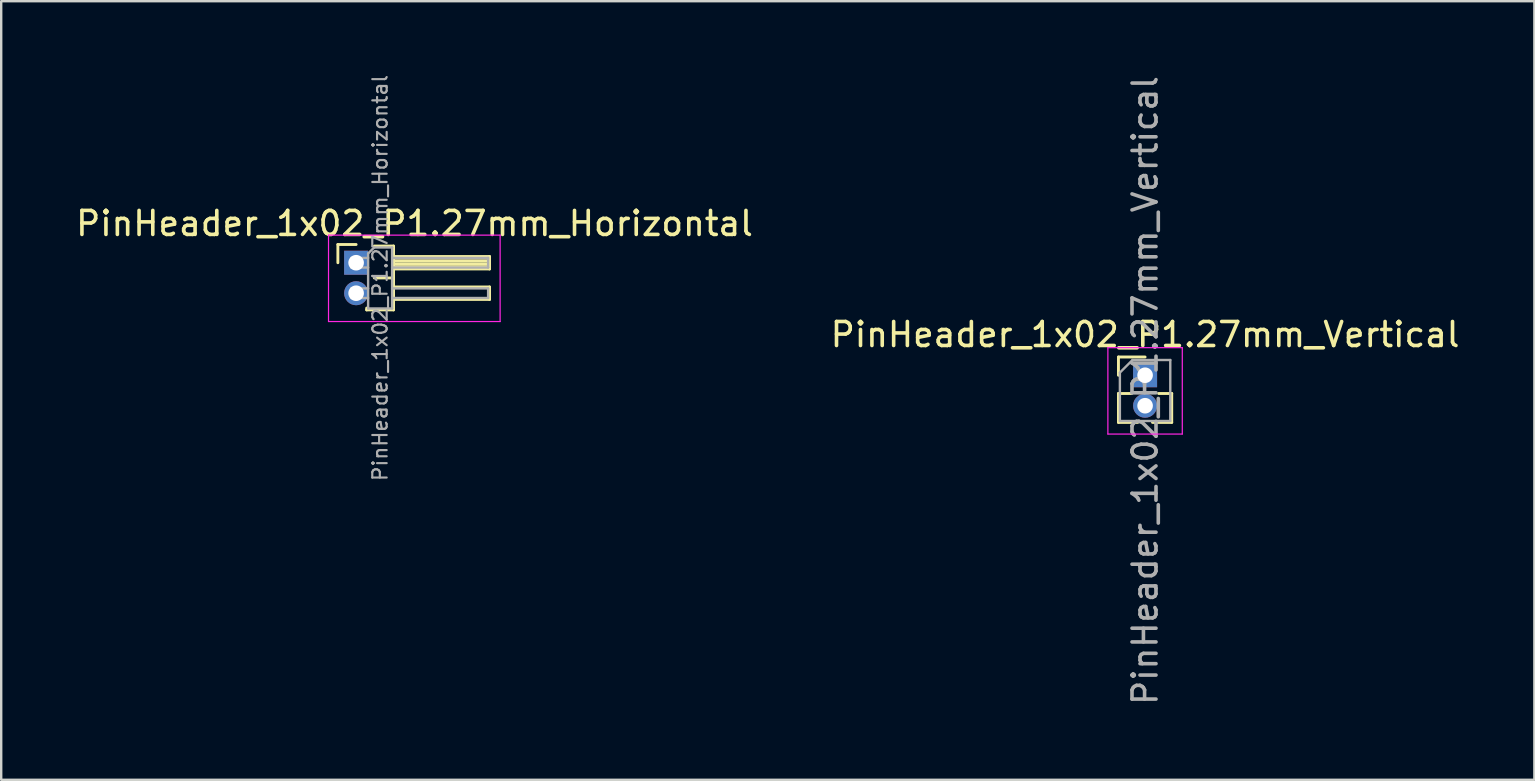
<source format=kicad_pcb>
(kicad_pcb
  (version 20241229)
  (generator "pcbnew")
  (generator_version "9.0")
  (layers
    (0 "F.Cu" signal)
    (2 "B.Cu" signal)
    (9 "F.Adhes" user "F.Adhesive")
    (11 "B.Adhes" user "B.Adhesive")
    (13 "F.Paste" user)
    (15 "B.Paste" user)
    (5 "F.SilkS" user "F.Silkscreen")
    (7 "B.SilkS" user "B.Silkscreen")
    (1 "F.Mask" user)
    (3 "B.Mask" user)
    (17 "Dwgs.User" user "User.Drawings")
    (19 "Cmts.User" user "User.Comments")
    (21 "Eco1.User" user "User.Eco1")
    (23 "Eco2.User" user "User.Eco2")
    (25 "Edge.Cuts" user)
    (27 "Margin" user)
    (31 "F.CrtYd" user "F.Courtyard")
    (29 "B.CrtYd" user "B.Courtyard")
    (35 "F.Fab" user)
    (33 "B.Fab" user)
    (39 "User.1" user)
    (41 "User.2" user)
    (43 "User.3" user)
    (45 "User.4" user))
  (footprint "PinHeader_1x02_P1.27mm_Horizontal"
    (layer "F.Cu")
    (at 11.788 7.897)
    (property "Reference" "PinHeader_1x02_P1.27mm_Horizontal" (at 2.433 -1.635 0) (layer "F.SilkS") (effects (font (size 1 1) (thickness 0.15))))
    (attr through_hole)
    (fp_line (start -0.76 -0.76) (end 0 -0.76) (stroke (width 0.12) (type solid)) (layer "F.SilkS"))
    (fp_line (start -0.76 0) (end -0.76 -0.76) (stroke (width 0.12) (type solid)) (layer "F.SilkS"))
    (fp_line (start 0.44 1.965) (end 0.44 1.89) (stroke (width 0.12) (type solid)) (layer "F.SilkS"))
    (fp_line (start 0.76 -0.695) (end 1.56 -0.695) (stroke (width 0.12) (type solid)) (layer "F.SilkS"))
    (fp_line (start 0.76 0.635) (end 1.56 0.635) (stroke (width 0.12) (type solid)) (layer "F.SilkS"))
    (fp_line (start 1.56 -0.695) (end 1.56 1.965) (stroke (width 0.12) (type solid)) (layer "F.SilkS"))
    (fp_line (start 1.56 -0.26) (end 5.56 -0.26) (stroke (width 0.12) (type solid)) (layer "F.SilkS"))
    (fp_line (start 1.56 -0.2) (end 5.56 -0.2) (stroke (width 0.12) (type solid)) (layer "F.SilkS"))
    (fp_line (start 1.56 -0.08) (end 5.56 -0.08) (stroke (width 0.12) (type solid)) (layer "F.SilkS"))
    (fp_line (start 1.56 0.04) (end 5.56 0.04) (stroke (width 0.12) (type solid)) (layer "F.SilkS"))
    (fp_line (start 1.56 0.16) (end 5.56 0.16) (stroke (width 0.12) (type solid)) (layer "F.SilkS"))
    (fp_line (start 1.56 1.01) (end 5.56 1.01) (stroke (width 0.12) (type solid)) (layer "F.SilkS"))
    (fp_line (start 1.56 1.965) (end 0.44 1.965) (stroke (width 0.12) (type solid)) (layer "F.SilkS"))
    (fp_line (start 5.56 -0.26) (end 5.56 0.26) (stroke (width 0.12) (type solid)) (layer "F.SilkS"))
    (fp_line (start 5.56 0.26) (end 1.56 0.26) (stroke (width 0.12) (type solid)) (layer "F.SilkS"))
    (fp_line (start 5.56 1.01) (end 5.56 1.53) (stroke (width 0.12) (type solid)) (layer "F.SilkS"))
    (fp_line (start 5.56 1.53) (end 1.56 1.53) (stroke (width 0.12) (type solid)) (layer "F.SilkS"))
    (fp_line (start -1.15 -1.15) (end -1.15 2.45) (stroke (width 0.05) (type solid)) (layer "F.CrtYd"))
    (fp_line (start -1.15 2.45) (end 6 2.45) (stroke (width 0.05) (type solid)) (layer "F.CrtYd"))
    (fp_line (start 6 -1.15) (end -1.15 -1.15) (stroke (width 0.05) (type solid)) (layer "F.CrtYd"))
    (fp_line (start 6 2.45) (end 6 -1.15) (stroke (width 0.05) (type solid)) (layer "F.CrtYd"))
    (fp_line (start -0.2 -0.2) (end -0.2 0.2) (stroke (width 0.1) (type solid)) (layer "F.Fab"))
    (fp_line (start -0.2 -0.2) (end 0.5 -0.2) (stroke (width 0.1) (type solid)) (layer "F.Fab"))
    (fp_line (start -0.2 0.2) (end 0.5 0.2) (stroke (width 0.1) (type solid)) (layer "F.Fab"))
    (fp_line (start -0.2 1.07) (end -0.2 1.47) (stroke (width 0.1) (type solid)) (layer "F.Fab"))
    (fp_line (start -0.2 1.07) (end 0.5 1.07) (stroke (width 0.1) (type solid)) (layer "F.Fab"))
    (fp_line (start -0.2 1.47) (end 0.5 1.47) (stroke (width 0.1) (type solid)) (layer "F.Fab"))
    (fp_line (start 0.5 -0.385) (end 0.75 -0.635) (stroke (width 0.1) (type solid)) (layer "F.Fab"))
    (fp_line (start 0.5 1.905) (end 0.5 -0.385) (stroke (width 0.1) (type solid)) (layer "F.Fab"))
    (fp_line (start 0.75 -0.635) (end 1.5 -0.635) (stroke (width 0.1) (type solid)) (layer "F.Fab"))
    (fp_line (start 1.5 -0.635) (end 1.5 1.905) (stroke (width 0.1) (type solid)) (layer "F.Fab"))
    (fp_line (start 1.5 -0.2) (end 5.5 -0.2) (stroke (width 0.1) (type solid)) (layer "F.Fab"))
    (fp_line (start 1.5 0.2) (end 5.5 0.2) (stroke (width 0.1) (type solid)) (layer "F.Fab"))
    (fp_line (start 1.5 1.07) (end 5.5 1.07) (stroke (width 0.1) (type solid)) (layer "F.Fab"))
    (fp_line (start 1.5 1.47) (end 5.5 1.47) (stroke (width 0.1) (type solid)) (layer "F.Fab"))
    (fp_line (start 1.5 1.905) (end 0.5 1.905) (stroke (width 0.1) (type solid)) (layer "F.Fab"))
    (fp_line (start 5.5 -0.2) (end 5.5 0.2) (stroke (width 0.1) (type solid)) (layer "F.Fab"))
    (fp_line (start 5.5 1.07) (end 5.5 1.47) (stroke (width 0.1) (type solid)) (layer "F.Fab"))
    (fp_text user "${REFERENCE}" (at 1 0.635 90) (layer "F.Fab") (effects (font (size 0.6 0.6) (thickness 0.09))))
    (pad "1" thru_hole rect (at 0 0) (size 1 1) (drill 0.65) (layers "*.Cu" "*.Mask"))
    (pad "2" thru_hole oval (at 0 1.27) (size 1 1) (drill 0.65) (layers "*.Cu" "*.Mask")))
  (footprint "PinHeader_1x02_P1.27mm_Vertical"
    (layer "F.Cu")
    (at 44.661 12.585)
    (property "Reference" "PinHeader_1x02_P1.27mm_Vertical" (at 0 -1.695 0) (layer "F.SilkS") (effects (font (size 1 1) (thickness 0.15))))
    (attr through_hole)
    (fp_line (start -1.11 -0.76) (end 0 -0.76) (stroke (width 0.12) (type solid)) (layer "F.SilkS"))
    (fp_line (start -1.11 0) (end -1.11 -0.76) (stroke (width 0.12) (type solid)) (layer "F.SilkS"))
    (fp_line (start -1.11 0.76) (end -1.11 1.965) (stroke (width 0.12) (type solid)) (layer "F.SilkS"))
    (fp_line (start -1.11 0.76) (end -0.563 0.76) (stroke (width 0.12) (type solid)) (layer "F.SilkS"))
    (fp_line (start -1.11 1.965) (end -0.308 1.965) (stroke (width 0.12) (type solid)) (layer "F.SilkS"))
    (fp_line (start 0.308 1.965) (end 1.11 1.965) (stroke (width 0.12) (type solid)) (layer "F.SilkS"))
    (fp_line (start 0.563 0.76) (end 1.11 0.76) (stroke (width 0.12) (type solid)) (layer "F.SilkS"))
    (fp_line (start 1.11 0.76) (end 1.11 1.965) (stroke (width 0.12) (type solid)) (layer "F.SilkS"))
    (fp_line (start -1.55 -1.15) (end -1.55 2.45) (stroke (width 0.05) (type solid)) (layer "F.CrtYd"))
    (fp_line (start -1.55 2.45) (end 1.55 2.45) (stroke (width 0.05) (type solid)) (layer "F.CrtYd"))
    (fp_line (start 1.55 -1.15) (end -1.55 -1.15) (stroke (width 0.05) (type solid)) (layer "F.CrtYd"))
    (fp_line (start 1.55 2.45) (end 1.55 -1.15) (stroke (width 0.05) (type solid)) (layer "F.CrtYd"))
    (fp_line (start -1.05 -0.11) (end -0.525 -0.635) (stroke (width 0.1) (type solid)) (layer "F.Fab"))
    (fp_line (start -1.05 1.905) (end -1.05 -0.11) (stroke (width 0.1) (type solid)) (layer "F.Fab"))
    (fp_line (start -0.525 -0.635) (end 1.05 -0.635) (stroke (width 0.1) (type solid)) (layer "F.Fab"))
    (fp_line (start 1.05 -0.635) (end 1.05 1.905) (stroke (width 0.1) (type solid)) (layer "F.Fab"))
    (fp_line (start 1.05 1.905) (end -1.05 1.905) (stroke (width 0.1) (type solid)) (layer "F.Fab"))
    (fp_text user "${REFERENCE}" (at 0 0.635 90) (layer "F.Fab") (effects (font (size 1 1) (thickness 0.15))))
    (pad "1" thru_hole rect (at 0 0) (size 1 1) (drill 0.65) (layers "*.Cu" "*.Mask"))
    (pad "2" thru_hole oval (at 0 1.27) (size 1 1) (drill 0.65) (layers "*.Cu" "*.Mask")))
  (gr_rect
    (start -3 -3)
    (end 60.881 29.44)
    (stroke (width 0.1) (type default))
    (fill no)
    (layer "Edge.Cuts")))
</source>
